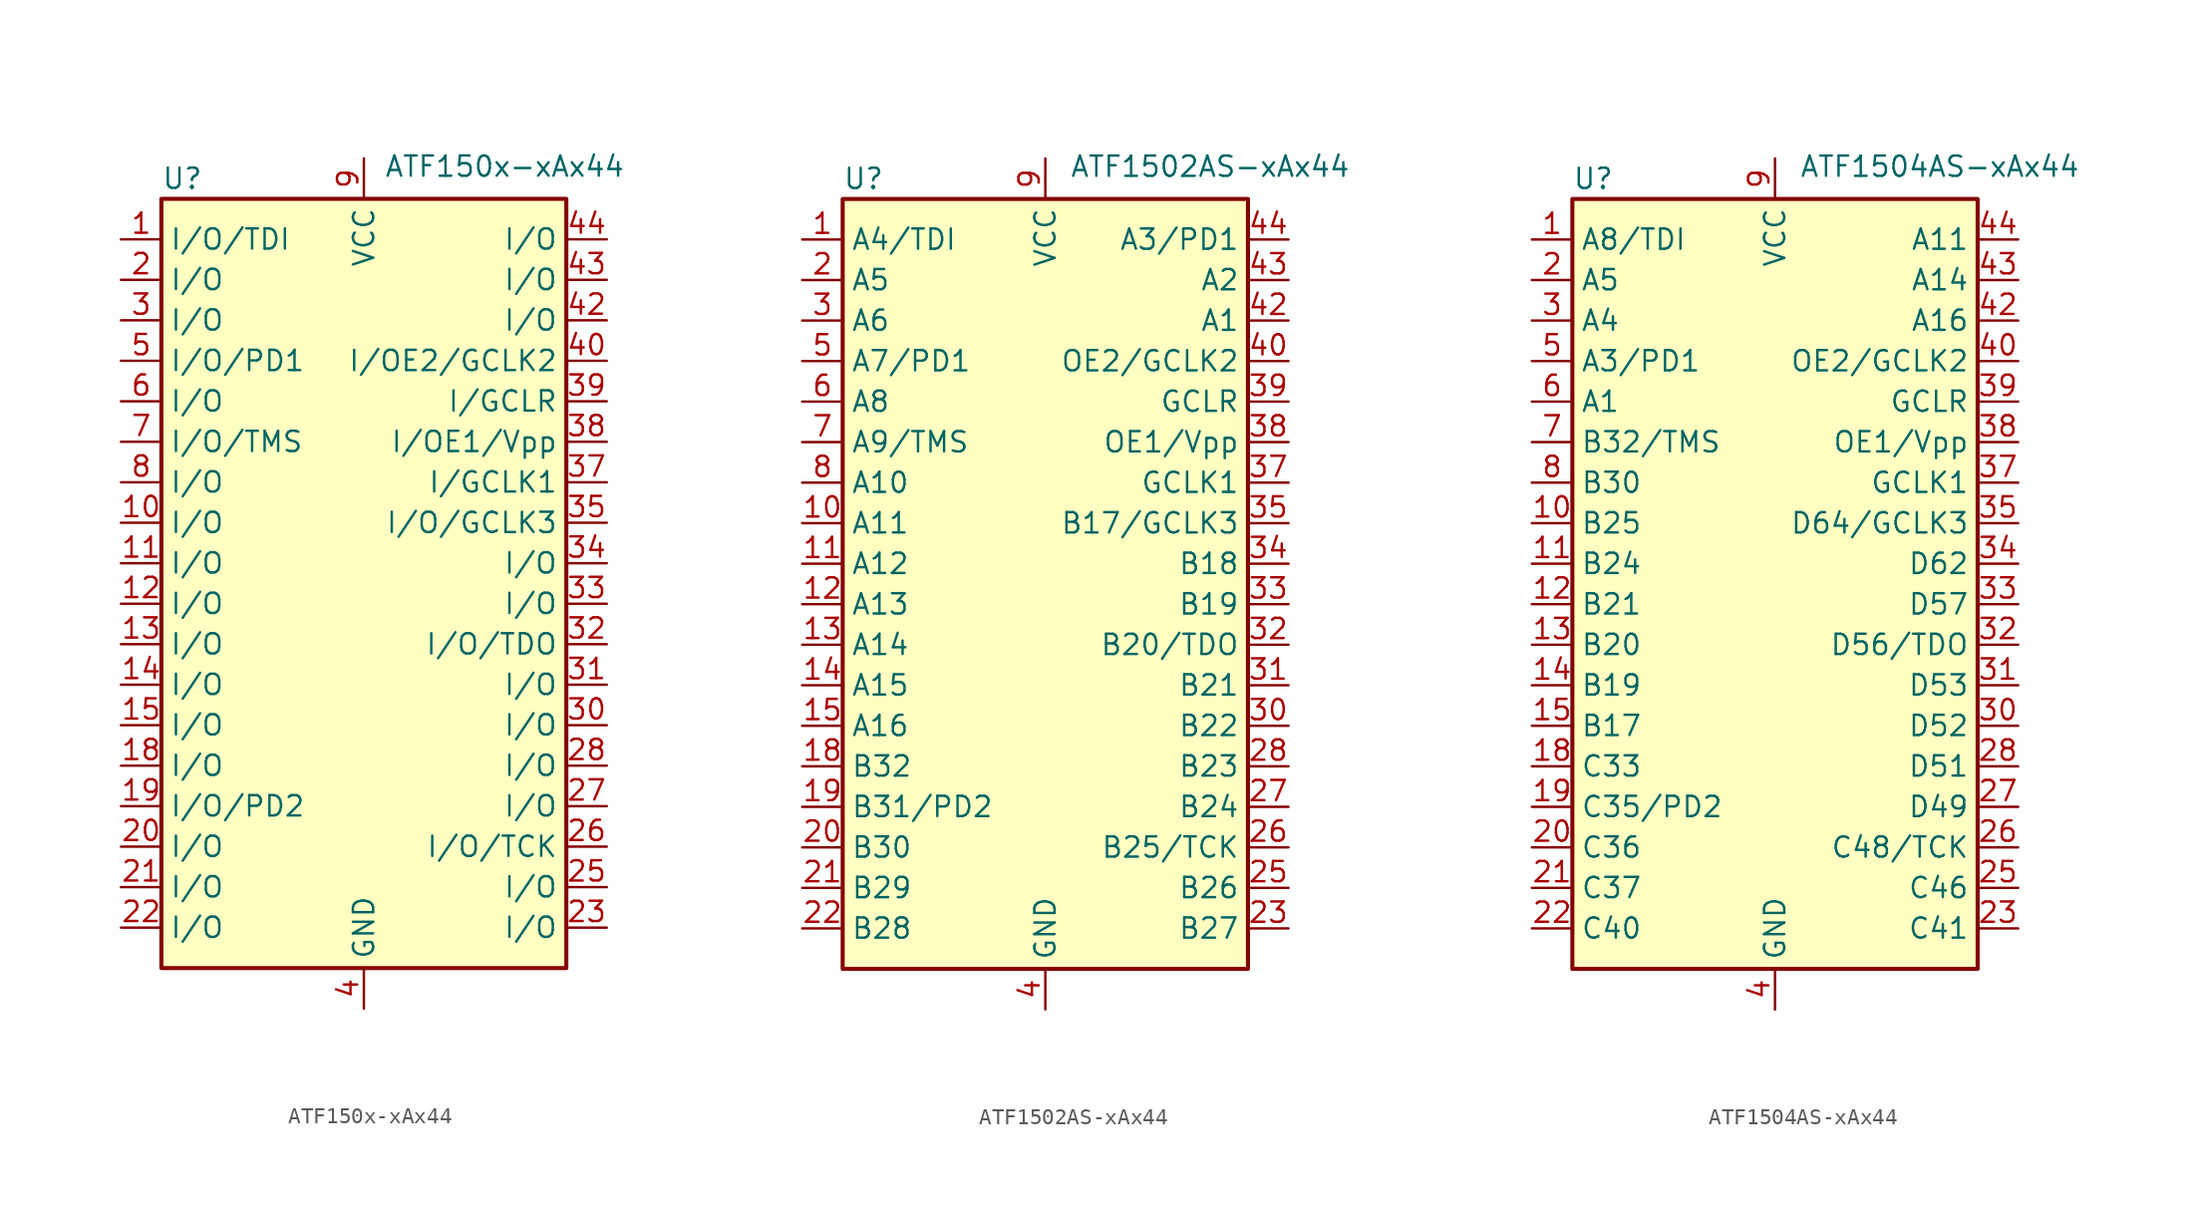
<source format=kicad_sym>
(kicad_symbol_lib
  (version 20231120)
  (generator "kicad_symbol_editor")
  (generator_version "8.0")
  (symbol "ATF150x-xAx44"
    (property "Reference" "U"
      (at -12.7 24.13 0)
      (effects (font (size 1.27 1.27)) (justify left)))
    (property "Value" "ATF150x-xAx44"
      (at 1.27 24.892 0)
      (effects (font (size 1.27 1.27)) (justify left)))
    (symbol "ATF150x-xAx44_0_1"
      (rectangle (start -12.7 22.86) (end 12.7 -25.4) (stroke (width 0.254) (type default)) (fill (type background))))
    (symbol "ATF150x-xAx44_1_1"
      (pin bidirectional line (at -15.24 20.32 0) (length 2.54) (name "I/O/TDI" (effects (font (size 1.27 1.27)))) (number "1" (effects (font (size 1.27 1.27)))))
      (pin bidirectional line (at -15.24 2.54 0) (length 2.54) (name "I/O" (effects (font (size 1.27 1.27)))) (number "10" (effects (font (size 1.27 1.27)))))
      (pin bidirectional line (at -15.24 0 0) (length 2.54) (name "I/O" (effects (font (size 1.27 1.27)))) (number "11" (effects (font (size 1.27 1.27)))))
      (pin bidirectional line (at -15.24 -2.54 0) (length 2.54) (name "I/O" (effects (font (size 1.27 1.27)))) (number "12" (effects (font (size 1.27 1.27)))))
      (pin bidirectional line (at -15.24 -5.08 0) (length 2.54) (name "I/O" (effects (font (size 1.27 1.27)))) (number "13" (effects (font (size 1.27 1.27)))))
      (pin bidirectional line (at -15.24 -7.62 0) (length 2.54) (name "I/O" (effects (font (size 1.27 1.27)))) (number "14" (effects (font (size 1.27 1.27)))))
      (pin bidirectional line (at -15.24 -10.16 0) (length 2.54) (name "I/O" (effects (font (size 1.27 1.27)))) (number "15" (effects (font (size 1.27 1.27)))))
      (pin passive line (at 0 -27.94 90) (length 2.54) hide (name "GND" (effects (font (size 1.27 1.27)))) (number "16" (effects (font (size 1.27 1.27)))))
      (pin passive line (at 0 25.4 270) (length 2.54) hide (name "VCC" (effects (font (size 1.27 1.27)))) (number "17" (effects (font (size 1.27 1.27)))))
      (pin bidirectional line (at -15.24 -12.7 0) (length 2.54) (name "I/O" (effects (font (size 1.27 1.27)))) (number "18" (effects (font (size 1.27 1.27)))))
      (pin bidirectional line (at -15.24 -15.24 0) (length 2.54) (name "I/O/PD2" (effects (font (size 1.27 1.27)))) (number "19" (effects (font (size 1.27 1.27)))))
      (pin bidirectional line (at -15.24 17.78 0) (length 2.54) (name "I/O" (effects (font (size 1.27 1.27)))) (number "2" (effects (font (size 1.27 1.27)))))
      (pin bidirectional line (at -15.24 -17.78 0) (length 2.54) (name "I/O" (effects (font (size 1.27 1.27)))) (number "20" (effects (font (size 1.27 1.27)))))
      (pin bidirectional line (at -15.24 -20.32 0) (length 2.54) (name "I/O" (effects (font (size 1.27 1.27)))) (number "21" (effects (font (size 1.27 1.27)))))
      (pin bidirectional line (at -15.24 -22.86 0) (length 2.54) (name "I/O" (effects (font (size 1.27 1.27)))) (number "22" (effects (font (size 1.27 1.27)))))
      (pin bidirectional line (at 15.24 -22.86 180) (length 2.54) (name "I/O" (effects (font (size 1.27 1.27)))) (number "23" (effects (font (size 1.27 1.27)))))
      (pin passive line (at 0 -27.94 90) (length 2.54) hide (name "GND" (effects (font (size 1.27 1.27)))) (number "24" (effects (font (size 1.27 1.27)))))
      (pin bidirectional line (at 15.24 -20.32 180) (length 2.54) (name "I/O" (effects (font (size 1.27 1.27)))) (number "25" (effects (font (size 1.27 1.27)))))
      (pin bidirectional line (at 15.24 -17.78 180) (length 2.54) (name "I/O/TCK" (effects (font (size 1.27 1.27)))) (number "26" (effects (font (size 1.27 1.27)))))
      (pin bidirectional line (at 15.24 -15.24 180) (length 2.54) (name "I/O" (effects (font (size 1.27 1.27)))) (number "27" (effects (font (size 1.27 1.27)))))
      (pin bidirectional line (at 15.24 -12.7 180) (length 2.54) (name "I/O" (effects (font (size 1.27 1.27)))) (number "28" (effects (font (size 1.27 1.27)))))
      (pin passive line (at 0 25.4 270) (length 2.54) hide (name "VCC" (effects (font (size 1.27 1.27)))) (number "29" (effects (font (size 1.27 1.27)))))
      (pin bidirectional line (at -15.24 15.24 0) (length 2.54) (name "I/O" (effects (font (size 1.27 1.27)))) (number "3" (effects (font (size 1.27 1.27)))))
      (pin bidirectional line (at 15.24 -10.16 180) (length 2.54) (name "I/O" (effects (font (size 1.27 1.27)))) (number "30" (effects (font (size 1.27 1.27)))))
      (pin bidirectional line (at 15.24 -7.62 180) (length 2.54) (name "I/O" (effects (font (size 1.27 1.27)))) (number "31" (effects (font (size 1.27 1.27)))))
      (pin bidirectional line (at 15.24 -5.08 180) (length 2.54) (name "I/O/TDO" (effects (font (size 1.27 1.27)))) (number "32" (effects (font (size 1.27 1.27)))))
      (pin bidirectional line (at 15.24 -2.54 180) (length 2.54) (name "I/O" (effects (font (size 1.27 1.27)))) (number "33" (effects (font (size 1.27 1.27)))))
      (pin bidirectional line (at 15.24 0 180) (length 2.54) (name "I/O" (effects (font (size 1.27 1.27)))) (number "34" (effects (font (size 1.27 1.27)))))
      (pin bidirectional line (at 15.24 2.54 180) (length 2.54) (name "I/O/GCLK3" (effects (font (size 1.27 1.27)))) (number "35" (effects (font (size 1.27 1.27)))))
      (pin passive line (at 0 -27.94 90) (length 2.54) hide (name "GND" (effects (font (size 1.27 1.27)))) (number "36" (effects (font (size 1.27 1.27)))))
      (pin input line (at 15.24 5.08 180) (length 2.54) (name "I/GCLK1" (effects (font (size 1.27 1.27)))) (number "37" (effects (font (size 1.27 1.27)))))
      (pin input line (at 15.24 7.62 180) (length 2.54) (name "I/OE1/Vpp" (effects (font (size 1.27 1.27)))) (number "38" (effects (font (size 1.27 1.27)))))
      (pin input line (at 15.24 10.16 180) (length 2.54) (name "I/GCLR" (effects (font (size 1.27 1.27)))) (number "39" (effects (font (size 1.27 1.27)))))
      (pin power_in line (at 0 -27.94 90) (length 2.54) (name "GND" (effects (font (size 1.27 1.27)))) (number "4" (effects (font (size 1.27 1.27)))))
      (pin input line (at 15.24 12.7 180) (length 2.54) (name "I/OE2/GCLK2" (effects (font (size 1.27 1.27)))) (number "40" (effects (font (size 1.27 1.27)))))
      (pin passive line (at 0 25.4 270) (length 2.54) hide (name "VCC" (effects (font (size 1.27 1.27)))) (number "41" (effects (font (size 1.27 1.27)))))
      (pin bidirectional line (at 15.24 15.24 180) (length 2.54) (name "I/O" (effects (font (size 1.27 1.27)))) (number "42" (effects (font (size 1.27 1.27)))))
      (pin bidirectional line (at 15.24 17.78 180) (length 2.54) (name "I/O" (effects (font (size 1.27 1.27)))) (number "43" (effects (font (size 1.27 1.27)))))
      (pin bidirectional line (at 15.24 20.32 180) (length 2.54) (name "I/O" (effects (font (size 1.27 1.27)))) (number "44" (effects (font (size 1.27 1.27)))))
      (pin bidirectional line (at -15.24 12.7 0) (length 2.54) (name "I/O/PD1" (effects (font (size 1.27 1.27)))) (number "5" (effects (font (size 1.27 1.27)))))
      (pin bidirectional line (at -15.24 10.16 0) (length 2.54) (name "I/O" (effects (font (size 1.27 1.27)))) (number "6" (effects (font (size 1.27 1.27)))))
      (pin bidirectional line (at -15.24 7.62 0) (length 2.54) (name "I/O/TMS" (effects (font (size 1.27 1.27)))) (number "7" (effects (font (size 1.27 1.27)))))
      (pin bidirectional line (at -15.24 5.08 0) (length 2.54) (name "I/O" (effects (font (size 1.27 1.27)))) (number "8" (effects (font (size 1.27 1.27)))))
      (pin power_in line (at 0 25.4 270) (length 2.54) (name "VCC" (effects (font (size 1.27 1.27)))) (number "9" (effects (font (size 1.27 1.27)))))))
  (symbol "ATF1502AS-xAx44"
    (property "Reference" "U"
      (at -12.7 24.13 0)
      (effects (font (size 1.27 1.27)) (justify left)))
    (property "Value" "ATF1502AS-xAx44"
      (at 1.524 24.892 0)
      (effects (font (size 1.27 1.27)) (justify left)))
    (symbol "ATF1502AS-xAx44_0_1"
      (rectangle (start -12.7 22.86) (end 12.7 -25.4) (stroke (width 0.254) (type default)) (fill (type background))))
    (symbol "ATF1502AS-xAx44_1_1"
      (pin bidirectional line (at -15.24 20.32 0) (length 2.54) (name "A4/TDI" (effects (font (size 1.27 1.27)))) (number "1" (effects (font (size 1.27 1.27)))))
      (pin bidirectional line (at -15.24 2.54 0) (length 2.54) (name "A11" (effects (font (size 1.27 1.27)))) (number "10" (effects (font (size 1.27 1.27)))))
      (pin bidirectional line (at -15.24 0 0) (length 2.54) (name "A12" (effects (font (size 1.27 1.27)))) (number "11" (effects (font (size 1.27 1.27)))))
      (pin bidirectional line (at -15.24 -2.54 0) (length 2.54) (name "A13" (effects (font (size 1.27 1.27)))) (number "12" (effects (font (size 1.27 1.27)))))
      (pin bidirectional line (at -15.24 -5.08 0) (length 2.54) (name "A14" (effects (font (size 1.27 1.27)))) (number "13" (effects (font (size 1.27 1.27)))))
      (pin bidirectional line (at -15.24 -7.62 0) (length 2.54) (name "A15" (effects (font (size 1.27 1.27)))) (number "14" (effects (font (size 1.27 1.27)))))
      (pin bidirectional line (at -15.24 -10.16 0) (length 2.54) (name "A16" (effects (font (size 1.27 1.27)))) (number "15" (effects (font (size 1.27 1.27)))))
      (pin passive line (at 0 -27.94 90) (length 2.54) hide (name "GND" (effects (font (size 1.27 1.27)))) (number "16" (effects (font (size 1.27 1.27)))))
      (pin passive line (at 0 25.4 270) (length 2.54) hide (name "VCC" (effects (font (size 1.27 1.27)))) (number "17" (effects (font (size 1.27 1.27)))))
      (pin bidirectional line (at -15.24 -12.7 0) (length 2.54) (name "B32" (effects (font (size 1.27 1.27)))) (number "18" (effects (font (size 1.27 1.27)))))
      (pin bidirectional line (at -15.24 -15.24 0) (length 2.54) (name "B31/PD2" (effects (font (size 1.27 1.27)))) (number "19" (effects (font (size 1.27 1.27)))))
      (pin bidirectional line (at -15.24 17.78 0) (length 2.54) (name "A5" (effects (font (size 1.27 1.27)))) (number "2" (effects (font (size 1.27 1.27)))))
      (pin bidirectional line (at -15.24 -17.78 0) (length 2.54) (name "B30" (effects (font (size 1.27 1.27)))) (number "20" (effects (font (size 1.27 1.27)))))
      (pin bidirectional line (at -15.24 -20.32 0) (length 2.54) (name "B29" (effects (font (size 1.27 1.27)))) (number "21" (effects (font (size 1.27 1.27)))))
      (pin bidirectional line (at -15.24 -22.86 0) (length 2.54) (name "B28" (effects (font (size 1.27 1.27)))) (number "22" (effects (font (size 1.27 1.27)))))
      (pin bidirectional line (at 15.24 -22.86 180) (length 2.54) (name "B27" (effects (font (size 1.27 1.27)))) (number "23" (effects (font (size 1.27 1.27)))))
      (pin passive line (at 0 -27.94 90) (length 2.54) hide (name "GND" (effects (font (size 1.27 1.27)))) (number "24" (effects (font (size 1.27 1.27)))))
      (pin bidirectional line (at 15.24 -20.32 180) (length 2.54) (name "B26" (effects (font (size 1.27 1.27)))) (number "25" (effects (font (size 1.27 1.27)))))
      (pin bidirectional line (at 15.24 -17.78 180) (length 2.54) (name "B25/TCK" (effects (font (size 1.27 1.27)))) (number "26" (effects (font (size 1.27 1.27)))))
      (pin bidirectional line (at 15.24 -15.24 180) (length 2.54) (name "B24" (effects (font (size 1.27 1.27)))) (number "27" (effects (font (size 1.27 1.27)))))
      (pin bidirectional line (at 15.24 -12.7 180) (length 2.54) (name "B23" (effects (font (size 1.27 1.27)))) (number "28" (effects (font (size 1.27 1.27)))))
      (pin passive line (at 0 25.4 270) (length 2.54) hide (name "VCC" (effects (font (size 1.27 1.27)))) (number "29" (effects (font (size 1.27 1.27)))))
      (pin bidirectional line (at -15.24 15.24 0) (length 2.54) (name "A6" (effects (font (size 1.27 1.27)))) (number "3" (effects (font (size 1.27 1.27)))))
      (pin bidirectional line (at 15.24 -10.16 180) (length 2.54) (name "B22" (effects (font (size 1.27 1.27)))) (number "30" (effects (font (size 1.27 1.27)))))
      (pin bidirectional line (at 15.24 -7.62 180) (length 2.54) (name "B21" (effects (font (size 1.27 1.27)))) (number "31" (effects (font (size 1.27 1.27)))))
      (pin bidirectional line (at 15.24 -5.08 180) (length 2.54) (name "B20/TDO" (effects (font (size 1.27 1.27)))) (number "32" (effects (font (size 1.27 1.27)))))
      (pin bidirectional line (at 15.24 -2.54 180) (length 2.54) (name "B19" (effects (font (size 1.27 1.27)))) (number "33" (effects (font (size 1.27 1.27)))))
      (pin bidirectional line (at 15.24 0 180) (length 2.54) (name "B18" (effects (font (size 1.27 1.27)))) (number "34" (effects (font (size 1.27 1.27)))))
      (pin bidirectional line (at 15.24 2.54 180) (length 2.54) (name "B17/GCLK3" (effects (font (size 1.27 1.27)))) (number "35" (effects (font (size 1.27 1.27)))))
      (pin passive line (at 0 -27.94 90) (length 2.54) hide (name "GND" (effects (font (size 1.27 1.27)))) (number "36" (effects (font (size 1.27 1.27)))))
      (pin input line (at 15.24 5.08 180) (length 2.54) (name "GCLK1" (effects (font (size 1.27 1.27)))) (number "37" (effects (font (size 1.27 1.27)))))
      (pin input line (at 15.24 7.62 180) (length 2.54) (name "OE1/Vpp" (effects (font (size 1.27 1.27)))) (number "38" (effects (font (size 1.27 1.27)))))
      (pin input line (at 15.24 10.16 180) (length 2.54) (name "GCLR" (effects (font (size 1.27 1.27)))) (number "39" (effects (font (size 1.27 1.27)))))
      (pin power_in line (at 0 -27.94 90) (length 2.54) (name "GND" (effects (font (size 1.27 1.27)))) (number "4" (effects (font (size 1.27 1.27)))))
      (pin input line (at 15.24 12.7 180) (length 2.54) (name "OE2/GCLK2" (effects (font (size 1.27 1.27)))) (number "40" (effects (font (size 1.27 1.27)))))
      (pin passive line (at 0 25.4 270) (length 2.54) hide (name "VCC" (effects (font (size 1.27 1.27)))) (number "41" (effects (font (size 1.27 1.27)))))
      (pin bidirectional line (at 15.24 15.24 180) (length 2.54) (name "A1" (effects (font (size 1.27 1.27)))) (number "42" (effects (font (size 1.27 1.27)))))
      (pin bidirectional line (at 15.24 17.78 180) (length 2.54) (name "A2" (effects (font (size 1.27 1.27)))) (number "43" (effects (font (size 1.27 1.27)))))
      (pin bidirectional line (at 15.24 20.32 180) (length 2.54) (name "A3/PD1" (effects (font (size 1.27 1.27)))) (number "44" (effects (font (size 1.27 1.27)))))
      (pin bidirectional line (at -15.24 12.7 0) (length 2.54) (name "A7/PD1" (effects (font (size 1.27 1.27)))) (number "5" (effects (font (size 1.27 1.27)))))
      (pin bidirectional line (at -15.24 10.16 0) (length 2.54) (name "A8" (effects (font (size 1.27 1.27)))) (number "6" (effects (font (size 1.27 1.27)))))
      (pin bidirectional line (at -15.24 7.62 0) (length 2.54) (name "A9/TMS" (effects (font (size 1.27 1.27)))) (number "7" (effects (font (size 1.27 1.27)))))
      (pin bidirectional line (at -15.24 5.08 0) (length 2.54) (name "A10" (effects (font (size 1.27 1.27)))) (number "8" (effects (font (size 1.27 1.27)))))
      (pin power_in line (at 0 25.4 270) (length 2.54) (name "VCC" (effects (font (size 1.27 1.27)))) (number "9" (effects (font (size 1.27 1.27)))))))
  (symbol "ATF1504AS-xAx44"
    (property "Reference" "U"
      (at -12.7 24.13 0)
      (effects (font (size 1.27 1.27)) (justify left)))
    (property "Value" "ATF1504AS-xAx44"
      (at 1.524 24.892 0)
      (effects (font (size 1.27 1.27)) (justify left)))
    (symbol "ATF1504AS-xAx44_0_1"
      (rectangle (start -12.7 22.86) (end 12.7 -25.4) (stroke (width 0.254) (type default)) (fill (type background))))
    (symbol "ATF1504AS-xAx44_1_1"
      (pin bidirectional line (at -15.24 20.32 0) (length 2.54) (name "A8/TDI" (effects (font (size 1.27 1.27)))) (number "1" (effects (font (size 1.27 1.27)))))
      (pin bidirectional line (at -15.24 2.54 0) (length 2.54) (name "B25" (effects (font (size 1.27 1.27)))) (number "10" (effects (font (size 1.27 1.27)))))
      (pin bidirectional line (at -15.24 0 0) (length 2.54) (name "B24" (effects (font (size 1.27 1.27)))) (number "11" (effects (font (size 1.27 1.27)))))
      (pin bidirectional line (at -15.24 -2.54 0) (length 2.54) (name "B21" (effects (font (size 1.27 1.27)))) (number "12" (effects (font (size 1.27 1.27)))))
      (pin bidirectional line (at -15.24 -5.08 0) (length 2.54) (name "B20" (effects (font (size 1.27 1.27)))) (number "13" (effects (font (size 1.27 1.27)))))
      (pin bidirectional line (at -15.24 -7.62 0) (length 2.54) (name "B19" (effects (font (size 1.27 1.27)))) (number "14" (effects (font (size 1.27 1.27)))))
      (pin bidirectional line (at -15.24 -10.16 0) (length 2.54) (name "B17" (effects (font (size 1.27 1.27)))) (number "15" (effects (font (size 1.27 1.27)))))
      (pin passive line (at 0 -27.94 90) (length 2.54) hide (name "GND" (effects (font (size 1.27 1.27)))) (number "16" (effects (font (size 1.27 1.27)))))
      (pin passive line (at 0 25.4 270) (length 2.54) hide (name "VCC" (effects (font (size 1.27 1.27)))) (number "17" (effects (font (size 1.27 1.27)))))
      (pin bidirectional line (at -15.24 -12.7 0) (length 2.54) (name "C33" (effects (font (size 1.27 1.27)))) (number "18" (effects (font (size 1.27 1.27)))))
      (pin bidirectional line (at -15.24 -15.24 0) (length 2.54) (name "C35/PD2" (effects (font (size 1.27 1.27)))) (number "19" (effects (font (size 1.27 1.27)))))
      (pin bidirectional line (at -15.24 17.78 0) (length 2.54) (name "A5" (effects (font (size 1.27 1.27)))) (number "2" (effects (font (size 1.27 1.27)))))
      (pin bidirectional line (at -15.24 -17.78 0) (length 2.54) (name "C36" (effects (font (size 1.27 1.27)))) (number "20" (effects (font (size 1.27 1.27)))))
      (pin bidirectional line (at -15.24 -20.32 0) (length 2.54) (name "C37" (effects (font (size 1.27 1.27)))) (number "21" (effects (font (size 1.27 1.27)))))
      (pin bidirectional line (at -15.24 -22.86 0) (length 2.54) (name "C40" (effects (font (size 1.27 1.27)))) (number "22" (effects (font (size 1.27 1.27)))))
      (pin bidirectional line (at 15.24 -22.86 180) (length 2.54) (name "C41" (effects (font (size 1.27 1.27)))) (number "23" (effects (font (size 1.27 1.27)))))
      (pin passive line (at 0 -27.94 90) (length 2.54) hide (name "GND" (effects (font (size 1.27 1.27)))) (number "24" (effects (font (size 1.27 1.27)))))
      (pin bidirectional line (at 15.24 -20.32 180) (length 2.54) (name "C46" (effects (font (size 1.27 1.27)))) (number "25" (effects (font (size 1.27 1.27)))))
      (pin bidirectional line (at 15.24 -17.78 180) (length 2.54) (name "C48/TCK" (effects (font (size 1.27 1.27)))) (number "26" (effects (font (size 1.27 1.27)))))
      (pin bidirectional line (at 15.24 -15.24 180) (length 2.54) (name "D49" (effects (font (size 1.27 1.27)))) (number "27" (effects (font (size 1.27 1.27)))))
      (pin bidirectional line (at 15.24 -12.7 180) (length 2.54) (name "D51" (effects (font (size 1.27 1.27)))) (number "28" (effects (font (size 1.27 1.27)))))
      (pin passive line (at 0 25.4 270) (length 2.54) hide (name "VCC" (effects (font (size 1.27 1.27)))) (number "29" (effects (font (size 1.27 1.27)))))
      (pin bidirectional line (at -15.24 15.24 0) (length 2.54) (name "A4" (effects (font (size 1.27 1.27)))) (number "3" (effects (font (size 1.27 1.27)))))
      (pin bidirectional line (at 15.24 -10.16 180) (length 2.54) (name "D52" (effects (font (size 1.27 1.27)))) (number "30" (effects (font (size 1.27 1.27)))))
      (pin bidirectional line (at 15.24 -7.62 180) (length 2.54) (name "D53" (effects (font (size 1.27 1.27)))) (number "31" (effects (font (size 1.27 1.27)))))
      (pin bidirectional line (at 15.24 -5.08 180) (length 2.54) (name "D56/TDO" (effects (font (size 1.27 1.27)))) (number "32" (effects (font (size 1.27 1.27)))))
      (pin bidirectional line (at 15.24 -2.54 180) (length 2.54) (name "D57" (effects (font (size 1.27 1.27)))) (number "33" (effects (font (size 1.27 1.27)))))
      (pin bidirectional line (at 15.24 0 180) (length 2.54) (name "D62" (effects (font (size 1.27 1.27)))) (number "34" (effects (font (size 1.27 1.27)))))
      (pin bidirectional line (at 15.24 2.54 180) (length 2.54) (name "D64/GCLK3" (effects (font (size 1.27 1.27)))) (number "35" (effects (font (size 1.27 1.27)))))
      (pin passive line (at 0 -27.94 90) (length 2.54) hide (name "GND" (effects (font (size 1.27 1.27)))) (number "36" (effects (font (size 1.27 1.27)))))
      (pin input line (at 15.24 5.08 180) (length 2.54) (name "GCLK1" (effects (font (size 1.27 1.27)))) (number "37" (effects (font (size 1.27 1.27)))))
      (pin input line (at 15.24 7.62 180) (length 2.54) (name "OE1/Vpp" (effects (font (size 1.27 1.27)))) (number "38" (effects (font (size 1.27 1.27)))))
      (pin input line (at 15.24 10.16 180) (length 2.54) (name "GCLR" (effects (font (size 1.27 1.27)))) (number "39" (effects (font (size 1.27 1.27)))))
      (pin power_in line (at 0 -27.94 90) (length 2.54) (name "GND" (effects (font (size 1.27 1.27)))) (number "4" (effects (font (size 1.27 1.27)))))
      (pin input line (at 15.24 12.7 180) (length 2.54) (name "OE2/GCLK2" (effects (font (size 1.27 1.27)))) (number "40" (effects (font (size 1.27 1.27)))))
      (pin passive line (at 0 25.4 270) (length 2.54) hide (name "VCC" (effects (font (size 1.27 1.27)))) (number "41" (effects (font (size 1.27 1.27)))))
      (pin bidirectional line (at 15.24 15.24 180) (length 2.54) (name "A16" (effects (font (size 1.27 1.27)))) (number "42" (effects (font (size 1.27 1.27)))))
      (pin bidirectional line (at 15.24 17.78 180) (length 2.54) (name "A14" (effects (font (size 1.27 1.27)))) (number "43" (effects (font (size 1.27 1.27)))))
      (pin bidirectional line (at 15.24 20.32 180) (length 2.54) (name "A11" (effects (font (size 1.27 1.27)))) (number "44" (effects (font (size 1.27 1.27)))))
      (pin bidirectional line (at -15.24 12.7 0) (length 2.54) (name "A3/PD1" (effects (font (size 1.27 1.27)))) (number "5" (effects (font (size 1.27 1.27)))))
      (pin bidirectional line (at -15.24 10.16 0) (length 2.54) (name "A1" (effects (font (size 1.27 1.27)))) (number "6" (effects (font (size 1.27 1.27)))))
      (pin bidirectional line (at -15.24 7.62 0) (length 2.54) (name "B32/TMS" (effects (font (size 1.27 1.27)))) (number "7" (effects (font (size 1.27 1.27)))))
      (pin bidirectional line (at -15.24 5.08 0) (length 2.54) (name "B30" (effects (font (size 1.27 1.27)))) (number "8" (effects (font (size 1.27 1.27)))))
      (pin power_in line (at 0 25.4 270) (length 2.54) (name "VCC" (effects (font (size 1.27 1.27)))) (number "9" (effects (font (size 1.27 1.27))))))))
</source>
